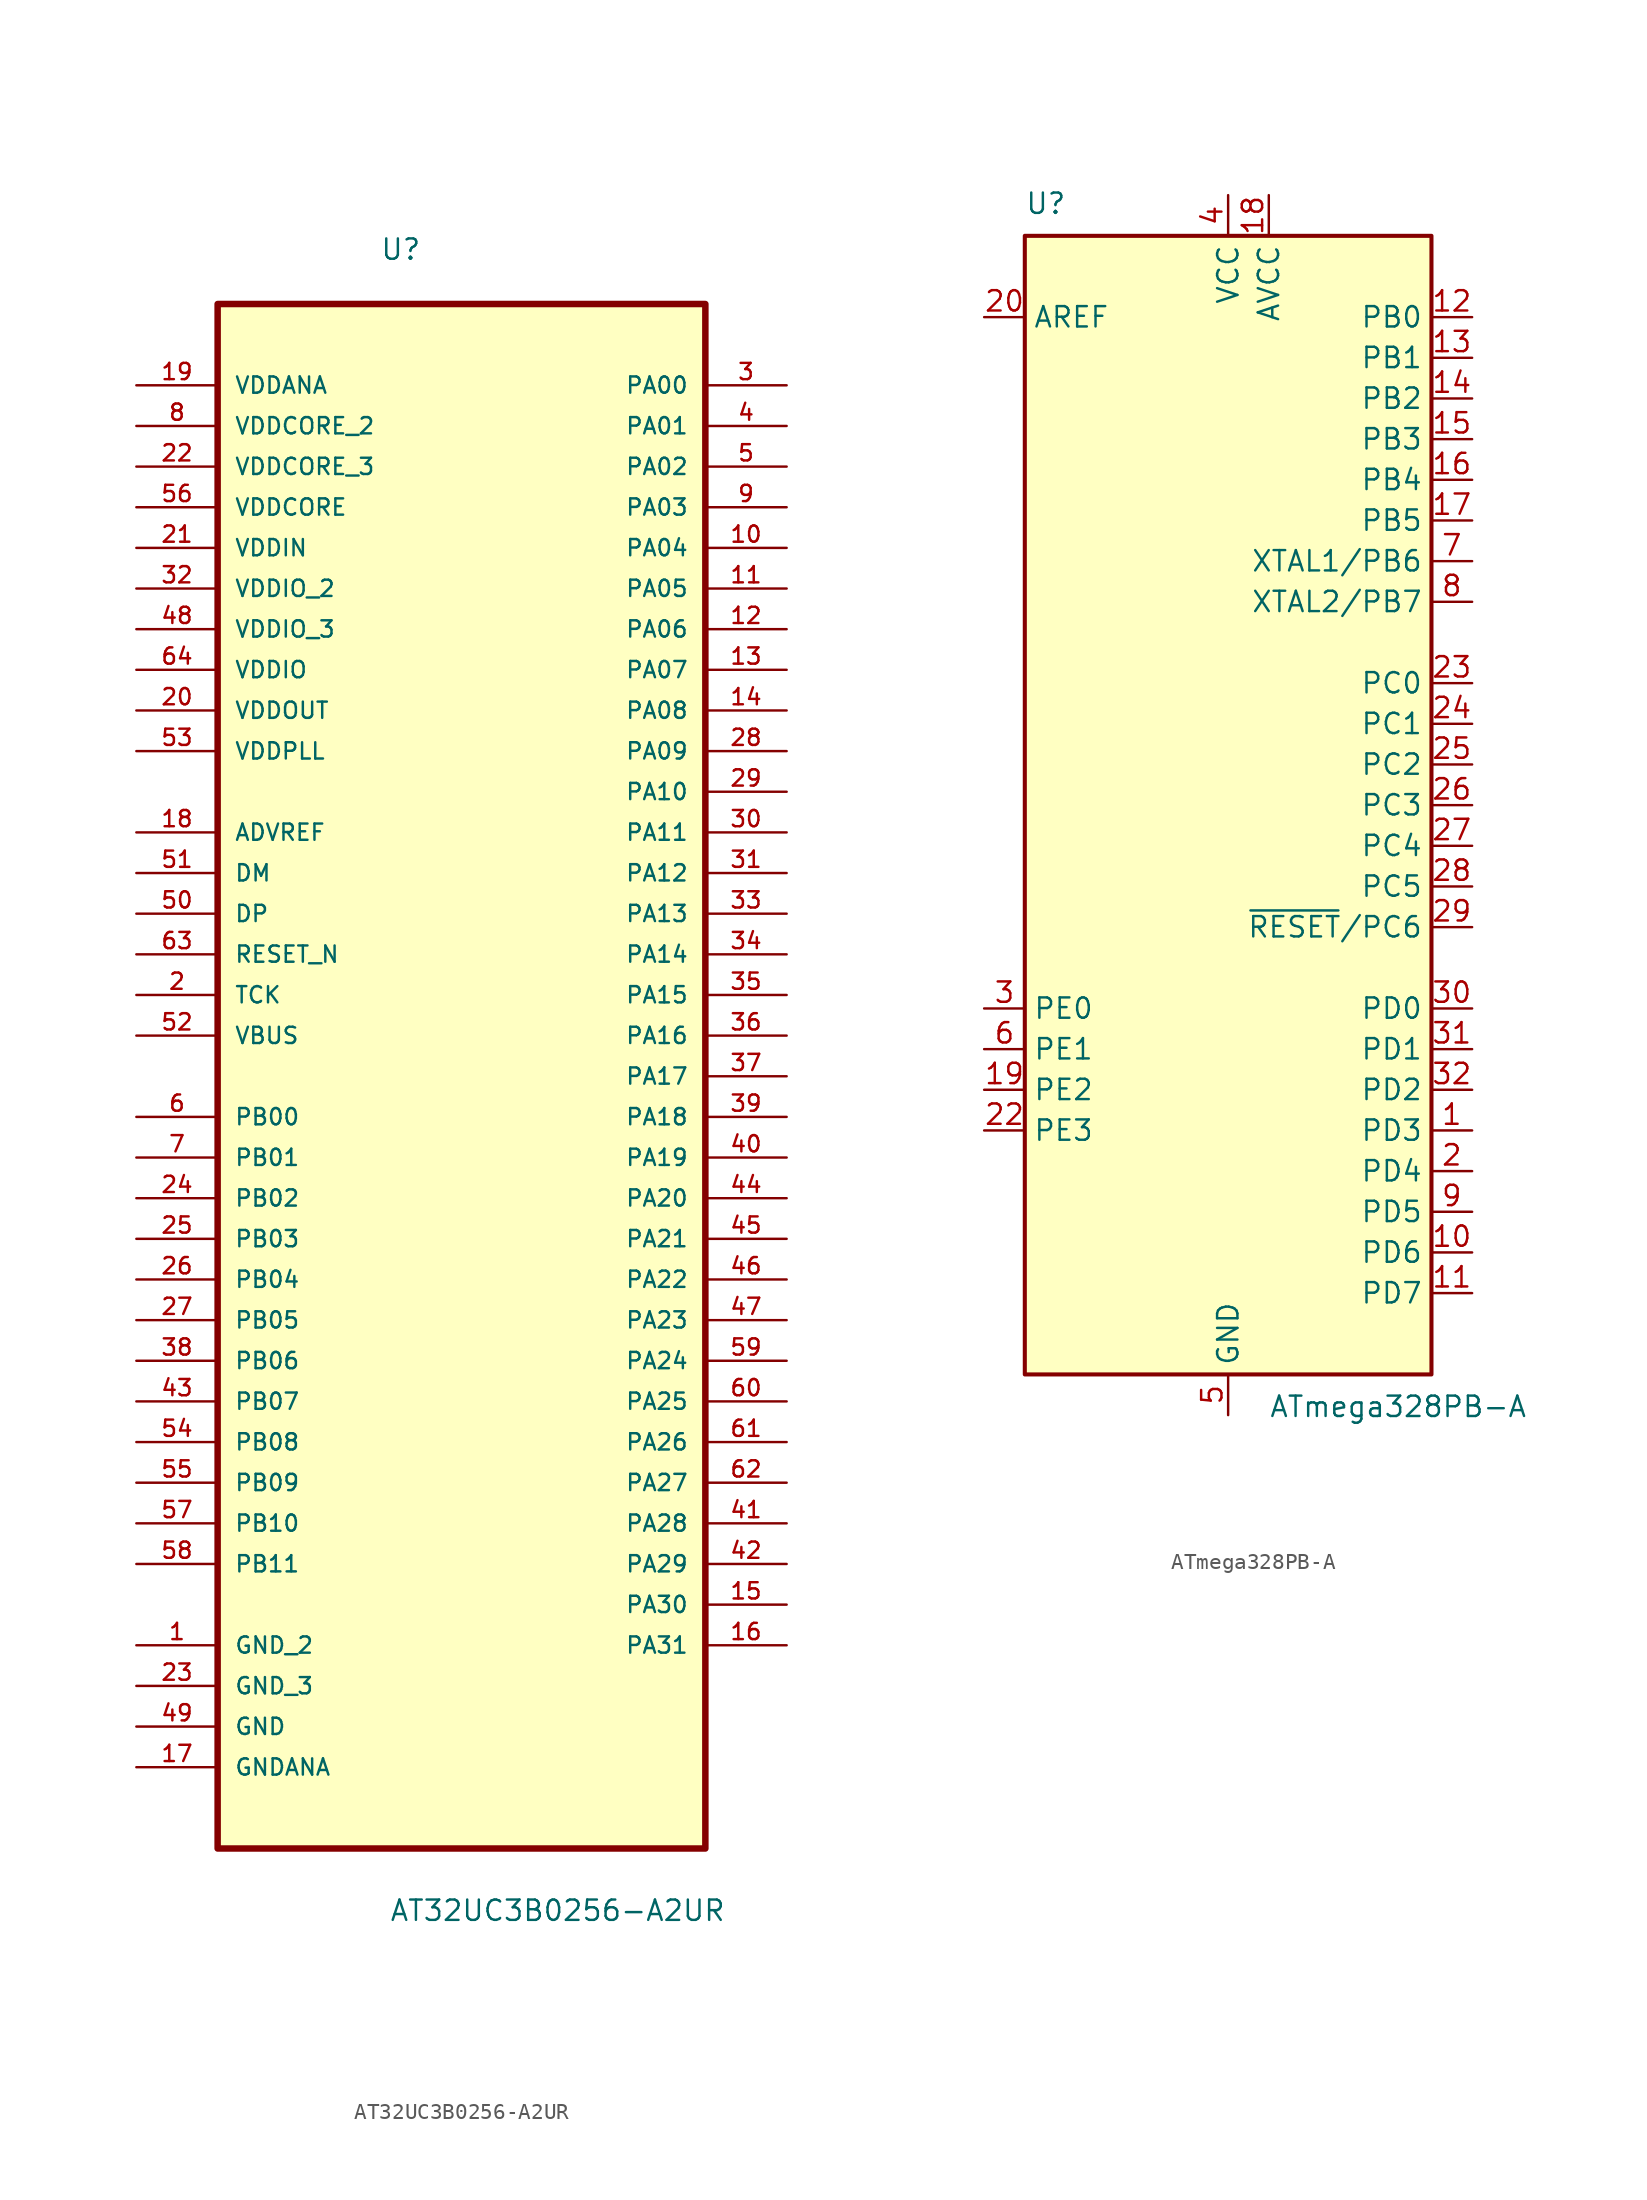
<source format=kicad_sym>
(kicad_symbol_lib
  (version 20211014)
  (generator kicad_symbol_editor)
  (symbol "AT32UC3B0256-A2UR"
    (pin_names
      (offset 1.016))
    (property "Reference" "U"
      (at -5.105 48.387 0)
      (effects (font (size 1.27 1.27)) (justify left bottom)))
    (property "Value" "AT32UC3B0256-A2UR"
      (at -4.521 -55.423 0)
      (effects (font (size 1.27 1.27)) (justify left bottom)))
    (symbol "AT32UC3B0256-A2UR_0_0"
      (rectangle (start -15.24 -50.8) (end 15.24 45.72) (stroke (width 0.406) (type default) (color 0 0 0 0)) (fill (type background)))
      (pin passive line (at -20.32 -38.1 0) (length 5.08) (name "GND_2" (effects (font (size 1.016 1.016)))) (number "1" (effects (font (size 1.016 1.016)))))
      (pin bidirectional line (at 20.32 30.48 180) (length 5.08) (name "PA04" (effects (font (size 1.016 1.016)))) (number "10" (effects (font (size 1.016 1.016)))))
      (pin bidirectional line (at 20.32 27.94 180) (length 5.08) (name "PA05" (effects (font (size 1.016 1.016)))) (number "11" (effects (font (size 1.016 1.016)))))
      (pin bidirectional line (at 20.32 25.4 180) (length 5.08) (name "PA06" (effects (font (size 1.016 1.016)))) (number "12" (effects (font (size 1.016 1.016)))))
      (pin bidirectional line (at 20.32 22.86 180) (length 5.08) (name "PA07" (effects (font (size 1.016 1.016)))) (number "13" (effects (font (size 1.016 1.016)))))
      (pin bidirectional line (at 20.32 20.32 180) (length 5.08) (name "PA08" (effects (font (size 1.016 1.016)))) (number "14" (effects (font (size 1.016 1.016)))))
      (pin bidirectional line (at 20.32 -35.56 180) (length 5.08) (name "PA30" (effects (font (size 1.016 1.016)))) (number "15" (effects (font (size 1.016 1.016)))))
      (pin bidirectional line (at 20.32 -38.1 180) (length 5.08) (name "PA31" (effects (font (size 1.016 1.016)))) (number "16" (effects (font (size 1.016 1.016)))))
      (pin passive line (at -20.32 -45.72 0) (length 5.08) (name "GNDANA" (effects (font (size 1.016 1.016)))) (number "17" (effects (font (size 1.016 1.016)))))
      (pin input line (at -20.32 12.7 0) (length 5.08) (name "ADVREF" (effects (font (size 1.016 1.016)))) (number "18" (effects (font (size 1.016 1.016)))))
      (pin power_in line (at -20.32 40.64 0) (length 5.08) (name "VDDANA" (effects (font (size 1.016 1.016)))) (number "19" (effects (font (size 1.016 1.016)))))
      (pin input line (at -20.32 2.54 0) (length 5.08) (name "TCK" (effects (font (size 1.016 1.016)))) (number "2" (effects (font (size 1.016 1.016)))))
      (pin power_in line (at -20.32 20.32 0) (length 5.08) (name "VDDOUT" (effects (font (size 1.016 1.016)))) (number "20" (effects (font (size 1.016 1.016)))))
      (pin power_in line (at -20.32 30.48 0) (length 5.08) (name "VDDIN" (effects (font (size 1.016 1.016)))) (number "21" (effects (font (size 1.016 1.016)))))
      (pin power_in line (at -20.32 35.56 0) (length 5.08) (name "VDDCORE_3" (effects (font (size 1.016 1.016)))) (number "22" (effects (font (size 1.016 1.016)))))
      (pin passive line (at -20.32 -40.64 0) (length 5.08) (name "GND_3" (effects (font (size 1.016 1.016)))) (number "23" (effects (font (size 1.016 1.016)))))
      (pin bidirectional line (at -20.32 -10.16 0) (length 5.08) (name "PB02" (effects (font (size 1.016 1.016)))) (number "24" (effects (font (size 1.016 1.016)))))
      (pin bidirectional line (at -20.32 -12.7 0) (length 5.08) (name "PB03" (effects (font (size 1.016 1.016)))) (number "25" (effects (font (size 1.016 1.016)))))
      (pin bidirectional line (at -20.32 -15.24 0) (length 5.08) (name "PB04" (effects (font (size 1.016 1.016)))) (number "26" (effects (font (size 1.016 1.016)))))
      (pin bidirectional line (at -20.32 -17.78 0) (length 5.08) (name "PB05" (effects (font (size 1.016 1.016)))) (number "27" (effects (font (size 1.016 1.016)))))
      (pin bidirectional line (at 20.32 17.78 180) (length 5.08) (name "PA09" (effects (font (size 1.016 1.016)))) (number "28" (effects (font (size 1.016 1.016)))))
      (pin bidirectional line (at 20.32 15.24 180) (length 5.08) (name "PA10" (effects (font (size 1.016 1.016)))) (number "29" (effects (font (size 1.016 1.016)))))
      (pin bidirectional line (at 20.32 40.64 180) (length 5.08) (name "PA00" (effects (font (size 1.016 1.016)))) (number "3" (effects (font (size 1.016 1.016)))))
      (pin bidirectional line (at 20.32 12.7 180) (length 5.08) (name "PA11" (effects (font (size 1.016 1.016)))) (number "30" (effects (font (size 1.016 1.016)))))
      (pin bidirectional line (at 20.32 10.16 180) (length 5.08) (name "PA12" (effects (font (size 1.016 1.016)))) (number "31" (effects (font (size 1.016 1.016)))))
      (pin power_in line (at -20.32 27.94 0) (length 5.08) (name "VDDIO_2" (effects (font (size 1.016 1.016)))) (number "32" (effects (font (size 1.016 1.016)))))
      (pin bidirectional line (at 20.32 7.62 180) (length 5.08) (name "PA13" (effects (font (size 1.016 1.016)))) (number "33" (effects (font (size 1.016 1.016)))))
      (pin bidirectional line (at 20.32 5.08 180) (length 5.08) (name "PA14" (effects (font (size 1.016 1.016)))) (number "34" (effects (font (size 1.016 1.016)))))
      (pin bidirectional line (at 20.32 2.54 180) (length 5.08) (name "PA15" (effects (font (size 1.016 1.016)))) (number "35" (effects (font (size 1.016 1.016)))))
      (pin bidirectional line (at 20.32 0 180) (length 5.08) (name "PA16" (effects (font (size 1.016 1.016)))) (number "36" (effects (font (size 1.016 1.016)))))
      (pin bidirectional line (at 20.32 -2.54 180) (length 5.08) (name "PA17" (effects (font (size 1.016 1.016)))) (number "37" (effects (font (size 1.016 1.016)))))
      (pin bidirectional line (at -20.32 -20.32 0) (length 5.08) (name "PB06" (effects (font (size 1.016 1.016)))) (number "38" (effects (font (size 1.016 1.016)))))
      (pin bidirectional line (at 20.32 -5.08 180) (length 5.08) (name "PA18" (effects (font (size 1.016 1.016)))) (number "39" (effects (font (size 1.016 1.016)))))
      (pin bidirectional line (at 20.32 38.1 180) (length 5.08) (name "PA01" (effects (font (size 1.016 1.016)))) (number "4" (effects (font (size 1.016 1.016)))))
      (pin bidirectional line (at 20.32 -7.62 180) (length 5.08) (name "PA19" (effects (font (size 1.016 1.016)))) (number "40" (effects (font (size 1.016 1.016)))))
      (pin bidirectional line (at 20.32 -30.48 180) (length 5.08) (name "PA28" (effects (font (size 1.016 1.016)))) (number "41" (effects (font (size 1.016 1.016)))))
      (pin bidirectional line (at 20.32 -33.02 180) (length 5.08) (name "PA29" (effects (font (size 1.016 1.016)))) (number "42" (effects (font (size 1.016 1.016)))))
      (pin bidirectional line (at -20.32 -22.86 0) (length 5.08) (name "PB07" (effects (font (size 1.016 1.016)))) (number "43" (effects (font (size 1.016 1.016)))))
      (pin bidirectional line (at 20.32 -10.16 180) (length 5.08) (name "PA20" (effects (font (size 1.016 1.016)))) (number "44" (effects (font (size 1.016 1.016)))))
      (pin bidirectional line (at 20.32 -12.7 180) (length 5.08) (name "PA21" (effects (font (size 1.016 1.016)))) (number "45" (effects (font (size 1.016 1.016)))))
      (pin bidirectional line (at 20.32 -15.24 180) (length 5.08) (name "PA22" (effects (font (size 1.016 1.016)))) (number "46" (effects (font (size 1.016 1.016)))))
      (pin bidirectional line (at 20.32 -17.78 180) (length 5.08) (name "PA23" (effects (font (size 1.016 1.016)))) (number "47" (effects (font (size 1.016 1.016)))))
      (pin power_in line (at -20.32 25.4 0) (length 5.08) (name "VDDIO_3" (effects (font (size 1.016 1.016)))) (number "48" (effects (font (size 1.016 1.016)))))
      (pin passive line (at -20.32 -43.18 0) (length 5.08) (name "GND" (effects (font (size 1.016 1.016)))) (number "49" (effects (font (size 1.016 1.016)))))
      (pin bidirectional line (at 20.32 35.56 180) (length 5.08) (name "PA02" (effects (font (size 1.016 1.016)))) (number "5" (effects (font (size 1.016 1.016)))))
      (pin passive line (at -20.32 7.62 0) (length 5.08) (name "DP" (effects (font (size 1.016 1.016)))) (number "50" (effects (font (size 1.016 1.016)))))
      (pin passive line (at -20.32 10.16 0) (length 5.08) (name "DM" (effects (font (size 1.016 1.016)))) (number "51" (effects (font (size 1.016 1.016)))))
      (pin input line (at -20.32 0 0) (length 5.08) (name "VBUS" (effects (font (size 1.016 1.016)))) (number "52" (effects (font (size 1.016 1.016)))))
      (pin power_in line (at -20.32 17.78 0) (length 5.08) (name "VDDPLL" (effects (font (size 1.016 1.016)))) (number "53" (effects (font (size 1.016 1.016)))))
      (pin bidirectional line (at -20.32 -25.4 0) (length 5.08) (name "PB08" (effects (font (size 1.016 1.016)))) (number "54" (effects (font (size 1.016 1.016)))))
      (pin bidirectional line (at -20.32 -27.94 0) (length 5.08) (name "PB09" (effects (font (size 1.016 1.016)))) (number "55" (effects (font (size 1.016 1.016)))))
      (pin power_in line (at -20.32 33.02 0) (length 5.08) (name "VDDCORE" (effects (font (size 1.016 1.016)))) (number "56" (effects (font (size 1.016 1.016)))))
      (pin bidirectional line (at -20.32 -30.48 0) (length 5.08) (name "PB10" (effects (font (size 1.016 1.016)))) (number "57" (effects (font (size 1.016 1.016)))))
      (pin bidirectional line (at -20.32 -33.02 0) (length 5.08) (name "PB11" (effects (font (size 1.016 1.016)))) (number "58" (effects (font (size 1.016 1.016)))))
      (pin bidirectional line (at 20.32 -20.32 180) (length 5.08) (name "PA24" (effects (font (size 1.016 1.016)))) (number "59" (effects (font (size 1.016 1.016)))))
      (pin bidirectional line (at -20.32 -5.08 0) (length 5.08) (name "PB00" (effects (font (size 1.016 1.016)))) (number "6" (effects (font (size 1.016 1.016)))))
      (pin bidirectional line (at 20.32 -22.86 180) (length 5.08) (name "PA25" (effects (font (size 1.016 1.016)))) (number "60" (effects (font (size 1.016 1.016)))))
      (pin bidirectional line (at 20.32 -25.4 180) (length 5.08) (name "PA26" (effects (font (size 1.016 1.016)))) (number "61" (effects (font (size 1.016 1.016)))))
      (pin bidirectional line (at 20.32 -27.94 180) (length 5.08) (name "PA27" (effects (font (size 1.016 1.016)))) (number "62" (effects (font (size 1.016 1.016)))))
      (pin input line (at -20.32 5.08 0) (length 5.08) (name "RESET_N" (effects (font (size 1.016 1.016)))) (number "63" (effects (font (size 1.016 1.016)))))
      (pin power_in line (at -20.32 22.86 0) (length 5.08) (name "VDDIO" (effects (font (size 1.016 1.016)))) (number "64" (effects (font (size 1.016 1.016)))))
      (pin bidirectional line (at -20.32 -7.62 0) (length 5.08) (name "PB01" (effects (font (size 1.016 1.016)))) (number "7" (effects (font (size 1.016 1.016)))))
      (pin power_in line (at -20.32 38.1 0) (length 5.08) (name "VDDCORE_2" (effects (font (size 1.016 1.016)))) (number "8" (effects (font (size 1.016 1.016)))))
      (pin bidirectional line (at 20.32 33.02 180) (length 5.08) (name "PA03" (effects (font (size 1.016 1.016)))) (number "9" (effects (font (size 1.016 1.016)))))))
  (symbol "ATmega328PB-A"
    (property "Reference" "U"
      (at -12.7 36.83 0)
      (effects (font (size 1.27 1.27)) (justify left bottom)))
    (property "Value" "ATmega328PB-A"
      (at 2.54 -36.83 0)
      (effects (font (size 1.27 1.27)) (justify left top)))
    (symbol "ATmega328PB-A_0_1"
      (rectangle (start -12.7 -35.56) (end 12.7 35.56) (stroke (width 0.254) (type default) (color 0 0 0 0)) (fill (type background))))
    (symbol "ATmega328PB-A_1_1"
      (pin bidirectional line (at 15.24 -20.32 180) (length 2.54) (name "PD3" (effects (font (size 1.27 1.27)))) (number "1" (effects (font (size 1.27 1.27)))))
      (pin bidirectional line (at 15.24 -27.94 180) (length 2.54) (name "PD6" (effects (font (size 1.27 1.27)))) (number "10" (effects (font (size 1.27 1.27)))))
      (pin bidirectional line (at 15.24 -30.48 180) (length 2.54) (name "PD7" (effects (font (size 1.27 1.27)))) (number "11" (effects (font (size 1.27 1.27)))))
      (pin bidirectional line (at 15.24 30.48 180) (length 2.54) (name "PB0" (effects (font (size 1.27 1.27)))) (number "12" (effects (font (size 1.27 1.27)))))
      (pin bidirectional line (at 15.24 27.94 180) (length 2.54) (name "PB1" (effects (font (size 1.27 1.27)))) (number "13" (effects (font (size 1.27 1.27)))))
      (pin bidirectional line (at 15.24 25.4 180) (length 2.54) (name "PB2" (effects (font (size 1.27 1.27)))) (number "14" (effects (font (size 1.27 1.27)))))
      (pin bidirectional line (at 15.24 22.86 180) (length 2.54) (name "PB3" (effects (font (size 1.27 1.27)))) (number "15" (effects (font (size 1.27 1.27)))))
      (pin bidirectional line (at 15.24 20.32 180) (length 2.54) (name "PB4" (effects (font (size 1.27 1.27)))) (number "16" (effects (font (size 1.27 1.27)))))
      (pin bidirectional line (at 15.24 17.78 180) (length 2.54) (name "PB5" (effects (font (size 1.27 1.27)))) (number "17" (effects (font (size 1.27 1.27)))))
      (pin power_in line (at 2.54 38.1 270) (length 2.54) (name "AVCC" (effects (font (size 1.27 1.27)))) (number "18" (effects (font (size 1.27 1.27)))))
      (pin bidirectional line (at -15.24 -17.78 0) (length 2.54) (name "PE2" (effects (font (size 1.27 1.27)))) (number "19" (effects (font (size 1.27 1.27)))))
      (pin bidirectional line (at 15.24 -22.86 180) (length 2.54) (name "PD4" (effects (font (size 1.27 1.27)))) (number "2" (effects (font (size 1.27 1.27)))))
      (pin passive line (at -15.24 30.48 0) (length 2.54) (name "AREF" (effects (font (size 1.27 1.27)))) (number "20" (effects (font (size 1.27 1.27)))))
      (pin passive line (at 0 -38.1 90) (length 2.54) hide (name "GND" (effects (font (size 1.27 1.27)))) (number "21" (effects (font (size 1.27 1.27)))))
      (pin bidirectional line (at -15.24 -20.32 0) (length 2.54) (name "PE3" (effects (font (size 1.27 1.27)))) (number "22" (effects (font (size 1.27 1.27)))))
      (pin bidirectional line (at 15.24 7.62 180) (length 2.54) (name "PC0" (effects (font (size 1.27 1.27)))) (number "23" (effects (font (size 1.27 1.27)))))
      (pin bidirectional line (at 15.24 5.08 180) (length 2.54) (name "PC1" (effects (font (size 1.27 1.27)))) (number "24" (effects (font (size 1.27 1.27)))))
      (pin bidirectional line (at 15.24 2.54 180) (length 2.54) (name "PC2" (effects (font (size 1.27 1.27)))) (number "25" (effects (font (size 1.27 1.27)))))
      (pin bidirectional line (at 15.24 0 180) (length 2.54) (name "PC3" (effects (font (size 1.27 1.27)))) (number "26" (effects (font (size 1.27 1.27)))))
      (pin bidirectional line (at 15.24 -2.54 180) (length 2.54) (name "PC4" (effects (font (size 1.27 1.27)))) (number "27" (effects (font (size 1.27 1.27)))))
      (pin bidirectional line (at 15.24 -5.08 180) (length 2.54) (name "PC5" (effects (font (size 1.27 1.27)))) (number "28" (effects (font (size 1.27 1.27)))))
      (pin bidirectional line (at 15.24 -7.62 180) (length 2.54) (name "~{RESET}/PC6" (effects (font (size 1.27 1.27)))) (number "29" (effects (font (size 1.27 1.27)))))
      (pin bidirectional line (at -15.24 -12.7 0) (length 2.54) (name "PE0" (effects (font (size 1.27 1.27)))) (number "3" (effects (font (size 1.27 1.27)))))
      (pin bidirectional line (at 15.24 -12.7 180) (length 2.54) (name "PD0" (effects (font (size 1.27 1.27)))) (number "30" (effects (font (size 1.27 1.27)))))
      (pin bidirectional line (at 15.24 -15.24 180) (length 2.54) (name "PD1" (effects (font (size 1.27 1.27)))) (number "31" (effects (font (size 1.27 1.27)))))
      (pin bidirectional line (at 15.24 -17.78 180) (length 2.54) (name "PD2" (effects (font (size 1.27 1.27)))) (number "32" (effects (font (size 1.27 1.27)))))
      (pin power_in line (at 0 38.1 270) (length 2.54) (name "VCC" (effects (font (size 1.27 1.27)))) (number "4" (effects (font (size 1.27 1.27)))))
      (pin power_in line (at 0 -38.1 90) (length 2.54) (name "GND" (effects (font (size 1.27 1.27)))) (number "5" (effects (font (size 1.27 1.27)))))
      (pin bidirectional line (at -15.24 -15.24 0) (length 2.54) (name "PE1" (effects (font (size 1.27 1.27)))) (number "6" (effects (font (size 1.27 1.27)))))
      (pin bidirectional line (at 15.24 15.24 180) (length 2.54) (name "XTAL1/PB6" (effects (font (size 1.27 1.27)))) (number "7" (effects (font (size 1.27 1.27)))))
      (pin bidirectional line (at 15.24 12.7 180) (length 2.54) (name "XTAL2/PB7" (effects (font (size 1.27 1.27)))) (number "8" (effects (font (size 1.27 1.27)))))
      (pin bidirectional line (at 15.24 -25.4 180) (length 2.54) (name "PD5" (effects (font (size 1.27 1.27)))) (number "9" (effects (font (size 1.27 1.27))))))))
</source>
